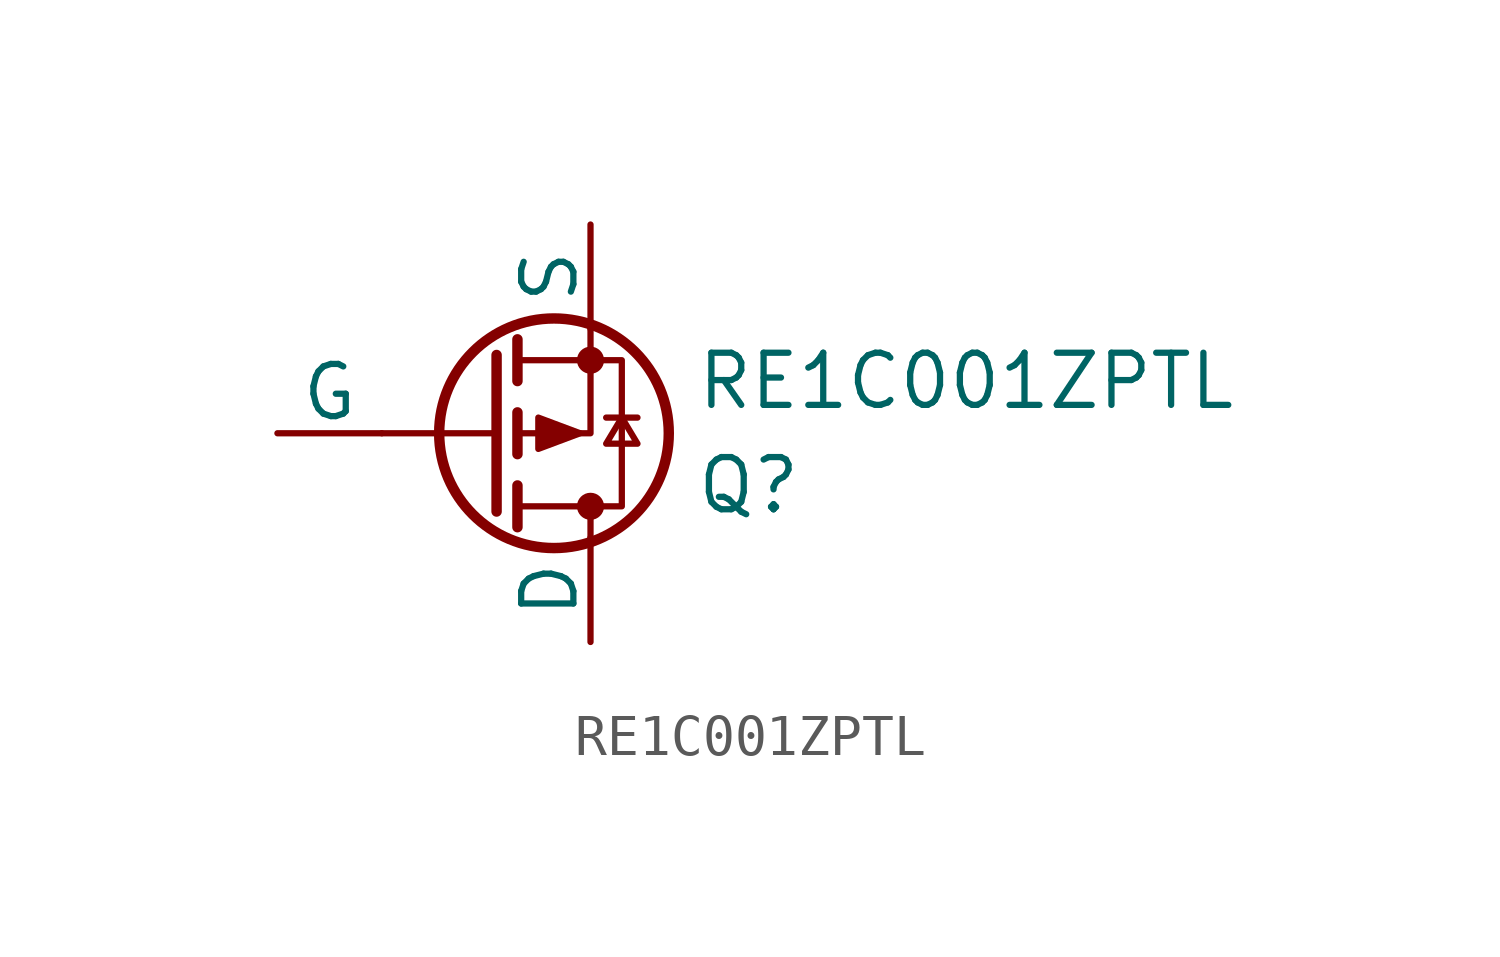
<source format=kicad_sym>
(kicad_symbol_lib
  (version 20241209)
  (generator "kicad_symbol_editor")
  (generator_version "9.0")
  (symbol "RE1C001ZPTL"
    (pin_numbers
      (hide yes))
    (pin_names
      (offset 0))
    (property "Reference" "Q"
      (at 5.08 -1.27 0)
      (effects (font (size 1.27 1.27)) (justify left)))
    (property "Value" "RE1C001ZPTL"
      (at 5.08 1.27 0)
      (effects (font (size 1.27 1.27)) (justify left)))
    (symbol "RE1C001ZPTL_0_1"
      (polyline (pts (xy 0.254 0) (xy -2.54 0)) (stroke (width 0) (type default)) (fill (type none)))
      (polyline (pts (xy 0.254 -1.905) (xy 0.254 1.905)) (stroke (width 0.254) (type default)) (fill (type none)))
      (polyline (pts (xy 0.762 1.27) (xy 0.762 2.286)) (stroke (width 0.254) (type default)) (fill (type none)))
      (polyline (pts (xy 0.762 -0.508) (xy 0.762 0.508)) (stroke (width 0.254) (type default)) (fill (type none)))
      (polyline (pts (xy 0.762 -1.778) (xy 3.302 -1.778) (xy 3.302 1.778) (xy 0.762 1.778)) (stroke (width 0) (type default)) (fill (type none)))
      (polyline (pts (xy 0.762 -2.286) (xy 0.762 -1.27)) (stroke (width 0.254) (type default)) (fill (type none)))
      (circle (center 1.651 0) (radius 2.794) (stroke (width 0.254) (type default)) (fill (type none)))
      (polyline (pts (xy 2.286 0) (xy 1.27 -0.381) (xy 1.27 0.381) (xy 2.286 0)) (stroke (width 0) (type default)) (fill (type outline)))
      (polyline (pts (xy 2.54 2.54) (xy 2.54 0) (xy 0.762 0)) (stroke (width 0) (type default)) (fill (type none)))
      (circle (center 2.54 1.778) (radius 0.254) (stroke (width 0) (type default)) (fill (type outline)))
      (circle (center 2.54 -1.778) (radius 0.254) (stroke (width 0) (type default)) (fill (type outline)))
      (polyline (pts (xy 2.54 -2.54) (xy 2.54 -1.778)) (stroke (width 0) (type default)) (fill (type none)))
      (polyline (pts (xy 2.921 0.381) (xy 3.683 0.381)) (stroke (width 0) (type default)) (fill (type none)))
      (polyline (pts (xy 3.302 0.381) (xy 2.921 -0.254) (xy 3.683 -0.254) (xy 3.302 0.381)) (stroke (width 0) (type default)) (fill (type none))))
    (symbol "RE1C001ZPTL_1_1"
      (pin input line (at -5.08 0 0) (length 2.54) (name "G" (effects (font (size 1.27 1.27)))) (number "1" (effects (font (size 1.27 1.27)))))
      (pin passive line (at 2.54 5.08 270) (length 2.54) (name "S" (effects (font (size 1.27 1.27)))) (number "2" (effects (font (size 1.27 1.27)))))
      (pin passive line (at 2.54 -5.08 90) (length 2.54) (name "D" (effects (font (size 1.27 1.27)))) (number "3" (effects (font (size 1.27 1.27))))))))
</source>
